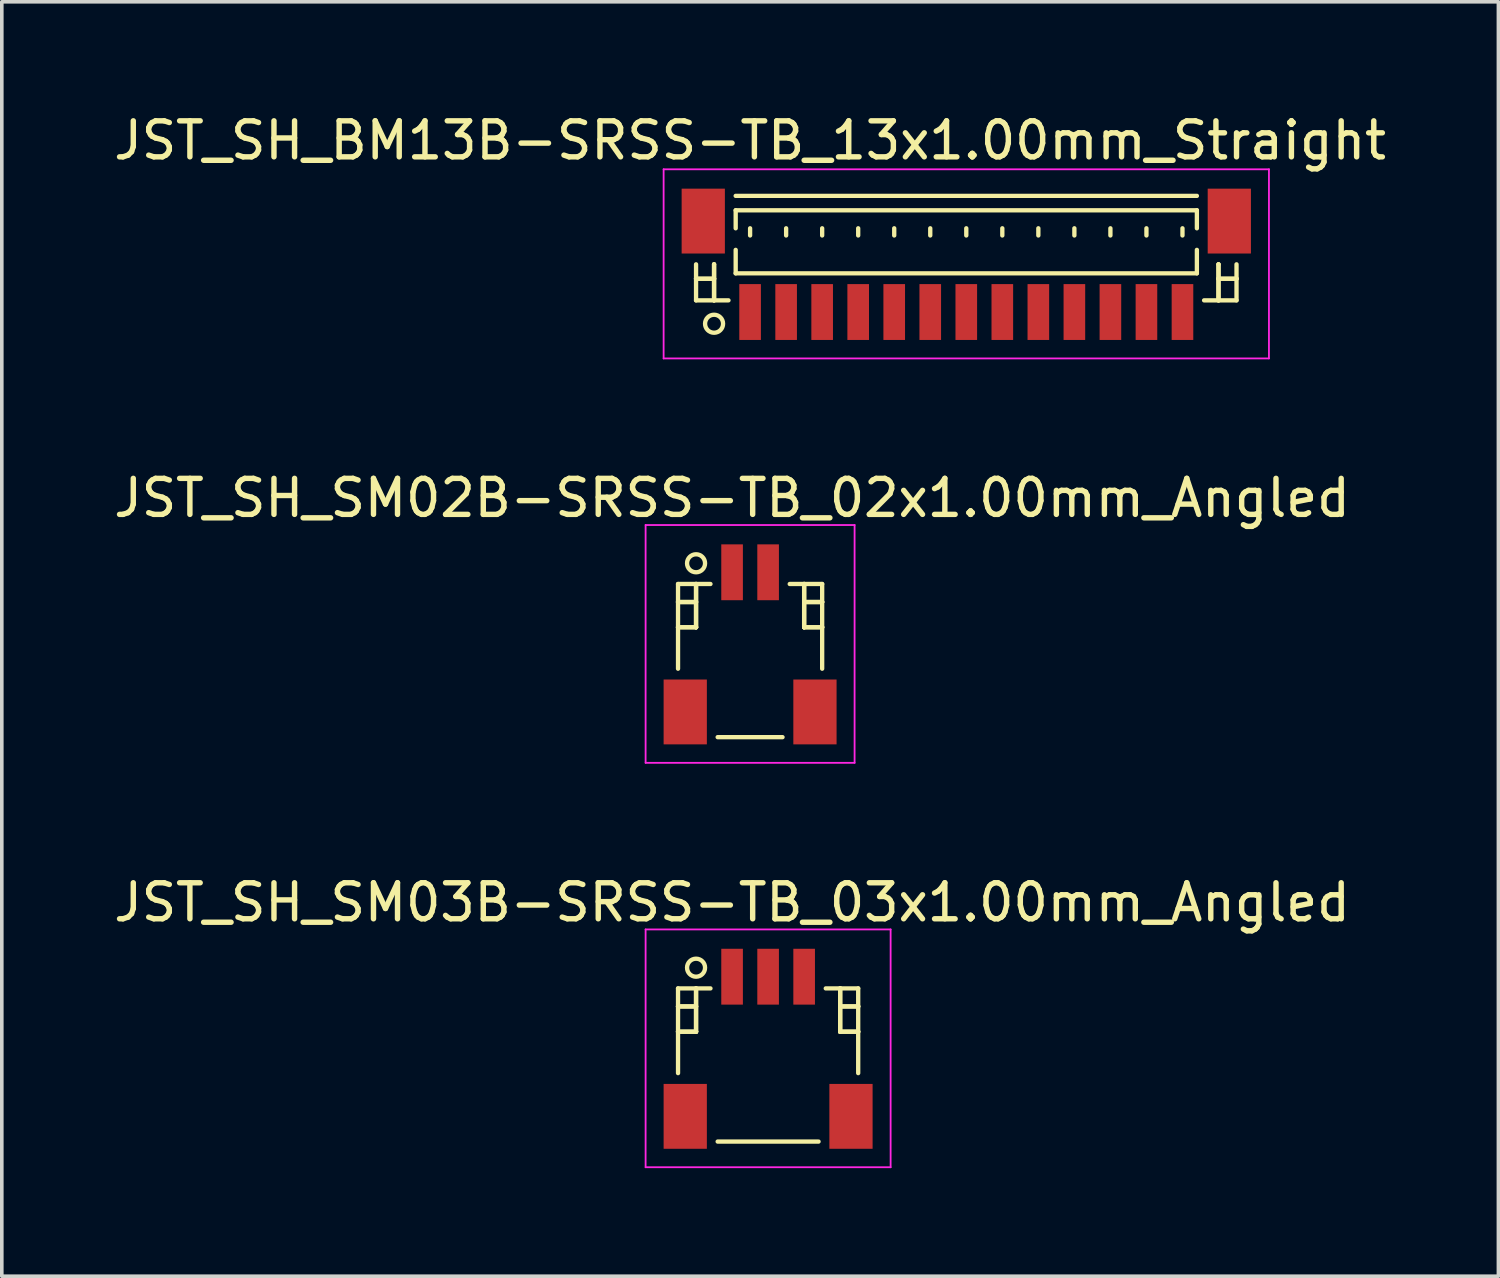
<source format=kicad_pcb>
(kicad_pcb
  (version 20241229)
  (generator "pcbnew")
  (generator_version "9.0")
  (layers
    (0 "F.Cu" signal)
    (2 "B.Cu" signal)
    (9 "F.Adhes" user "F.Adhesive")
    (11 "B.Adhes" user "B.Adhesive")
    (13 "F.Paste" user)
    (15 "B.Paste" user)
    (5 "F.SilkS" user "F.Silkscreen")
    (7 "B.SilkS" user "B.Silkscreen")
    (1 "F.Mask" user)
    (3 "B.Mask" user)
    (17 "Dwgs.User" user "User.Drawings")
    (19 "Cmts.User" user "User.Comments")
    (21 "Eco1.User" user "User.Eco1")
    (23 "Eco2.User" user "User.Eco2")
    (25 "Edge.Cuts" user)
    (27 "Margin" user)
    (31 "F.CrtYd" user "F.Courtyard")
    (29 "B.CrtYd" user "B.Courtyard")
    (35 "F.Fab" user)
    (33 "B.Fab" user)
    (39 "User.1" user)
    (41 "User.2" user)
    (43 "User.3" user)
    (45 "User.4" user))
  (footprint "JST_SH_SM03B-SRSS-TB_03x1.00mm_Angled"
    (layer "F.Cu")
    (at 18.268 25.995)
    (property "Reference" "JST_SH_SM03B-SRSS-TB_03x1.00mm_Angled" (at -1 -4 0) (layer "F.SilkS") (effects (font (size 1 1) (thickness 0.15))))
    (attr smd)
    (fp_line (start -2.5 -1.613) (end -1.6 -1.613) (stroke (width 0.12) (type solid)) (layer "F.SilkS"))
    (fp_line (start -2.5 -1.113) (end -2.5 -1.113) (stroke (width 0.12) (type solid)) (layer "F.SilkS"))
    (fp_line (start -2.5 -1.113) (end -2 -1.113) (stroke (width 0.12) (type solid)) (layer "F.SilkS"))
    (fp_line (start -2.5 -0.412) (end -2.5 -0.412) (stroke (width 0.12) (type solid)) (layer "F.SilkS"))
    (fp_line (start -2.5 -0.412) (end -2 -0.412) (stroke (width 0.12) (type solid)) (layer "F.SilkS"))
    (fp_line (start -2.5 0.738) (end -2.5 -1.613) (stroke (width 0.12) (type solid)) (layer "F.SilkS"))
    (fp_line (start -2 -1.613) (end -2 -1.613) (stroke (width 0.12) (type solid)) (layer "F.SilkS"))
    (fp_line (start -2 -1.613) (end -2 -0.412) (stroke (width 0.12) (type solid)) (layer "F.SilkS"))
    (fp_line (start -2 -1.113) (end -2.5 -1.113) (stroke (width 0.12) (type solid)) (layer "F.SilkS"))
    (fp_line (start -2 -1.113) (end -2 -1.113) (stroke (width 0.12) (type solid)) (layer "F.SilkS"))
    (fp_line (start -2 -0.412) (end -2.5 -0.412) (stroke (width 0.12) (type solid)) (layer "F.SilkS"))
    (fp_line (start -2 -0.412) (end -2 -1.613) (stroke (width 0.12) (type solid)) (layer "F.SilkS"))
    (fp_line (start -2 -0.412) (end -2 -0.412) (stroke (width 0.12) (type solid)) (layer "F.SilkS"))
    (fp_line (start -2 -0.412) (end -2 -0.412) (stroke (width 0.12) (type solid)) (layer "F.SilkS"))
    (fp_line (start -1.4 2.638) (end 1.4 2.638) (stroke (width 0.12) (type solid)) (layer "F.SilkS"))
    (fp_line (start 2 -1.613) (end 2 -1.613) (stroke (width 0.12) (type solid)) (layer "F.SilkS"))
    (fp_line (start 2 -1.613) (end 2 -0.412) (stroke (width 0.12) (type solid)) (layer "F.SilkS"))
    (fp_line (start 2 -1.113) (end 2 -1.113) (stroke (width 0.12) (type solid)) (layer "F.SilkS"))
    (fp_line (start 2 -1.113) (end 2.5 -1.113) (stroke (width 0.12) (type solid)) (layer "F.SilkS"))
    (fp_line (start 2 -0.412) (end 2 -1.613) (stroke (width 0.12) (type solid)) (layer "F.SilkS"))
    (fp_line (start 2 -0.412) (end 2 -0.412) (stroke (width 0.12) (type solid)) (layer "F.SilkS"))
    (fp_line (start 2 -0.412) (end 2 -0.412) (stroke (width 0.12) (type solid)) (layer "F.SilkS"))
    (fp_line (start 2 -0.412) (end 2.5 -0.412) (stroke (width 0.12) (type solid)) (layer "F.SilkS"))
    (fp_line (start 2.5 -1.613) (end 1.6 -1.613) (stroke (width 0.12) (type solid)) (layer "F.SilkS"))
    (fp_line (start 2.5 -1.113) (end 2 -1.113) (stroke (width 0.12) (type solid)) (layer "F.SilkS"))
    (fp_line (start 2.5 -1.113) (end 2.5 -1.113) (stroke (width 0.12) (type solid)) (layer "F.SilkS"))
    (fp_line (start 2.5 -0.412) (end 2 -0.412) (stroke (width 0.12) (type solid)) (layer "F.SilkS"))
    (fp_line (start 2.5 -0.412) (end 2.5 -0.412) (stroke (width 0.12) (type solid)) (layer "F.SilkS"))
    (fp_line (start 2.5 0.738) (end 2.5 -1.613) (stroke (width 0.12) (type solid)) (layer "F.SilkS"))
    (fp_circle (center -2 -2.188) (end -1.75 -2.188) (stroke (width 0.12) (type solid)) (fill no) (layer "F.SilkS"))
    (fp_line (start -3.4 -3.25) (end 3.4 -3.25) (stroke (width 0.05) (type solid)) (layer "F.CrtYd"))
    (fp_line (start -3.4 3.35) (end -3.4 -3.25) (stroke (width 0.05) (type solid)) (layer "F.CrtYd"))
    (fp_line (start 3.4 -3.25) (end 3.4 3.35) (stroke (width 0.05) (type solid)) (layer "F.CrtYd"))
    (fp_line (start 3.4 3.35) (end -3.4 3.35) (stroke (width 0.05) (type solid)) (layer "F.CrtYd"))
    (pad "" smd rect (at -2.3 1.938) (size 1.2 1.8) (layers "F.Cu" "F.Mask" "F.Paste"))
    (pad "" smd rect (at 2.3 1.938) (size 1.2 1.8) (layers "F.Cu" "F.Mask" "F.Paste"))
    (pad "1" smd rect (at -1 -1.938) (size 0.6 1.55) (layers "F.Cu" "F.Mask" "F.Paste"))
    (pad "2" smd rect (at 0 -1.938) (size 0.6 1.55) (layers "F.Cu" "F.Mask" "F.Paste"))
    (pad "3" smd rect (at 1 -1.938) (size 0.6 1.55) (layers "F.Cu" "F.Mask" "F.Paste")))
  (footprint "JST_SH_BM13B-SRSS-TB_13x1.00mm_Straight"
    (layer "F.Cu")
    (at 23.768 4.348)
    (property "Reference" "JST_SH_BM13B-SRSS-TB_13x1.00mm_Straight" (at -6 -3.5 0) (layer "F.SilkS") (effects (font (size 1 1) (thickness 0.15))))
    (attr smd)
    (fp_line (start -7.5 -0.062) (end -7.5 0.938) (stroke (width 0.12) (type solid)) (layer "F.SilkS"))
    (fp_line (start -7.5 0.338) (end -7.5 0.338) (stroke (width 0.12) (type solid)) (layer "F.SilkS"))
    (fp_line (start -7.5 0.338) (end -7 0.338) (stroke (width 0.12) (type solid)) (layer "F.SilkS"))
    (fp_line (start -7.5 0.938) (end -6.6 0.938) (stroke (width 0.12) (type solid)) (layer "F.SilkS"))
    (fp_line (start -7 -0.062) (end -7 -0.062) (stroke (width 0.12) (type solid)) (layer "F.SilkS"))
    (fp_line (start -7 -0.062) (end -7 0.938) (stroke (width 0.12) (type solid)) (layer "F.SilkS"))
    (fp_line (start -7 0.338) (end -7.5 0.338) (stroke (width 0.12) (type solid)) (layer "F.SilkS"))
    (fp_line (start -7 0.338) (end -7 0.338) (stroke (width 0.12) (type solid)) (layer "F.SilkS"))
    (fp_line (start -7 0.938) (end -7 -0.062) (stroke (width 0.12) (type solid)) (layer "F.SilkS"))
    (fp_line (start -7 0.938) (end -7 0.938) (stroke (width 0.12) (type solid)) (layer "F.SilkS"))
    (fp_line (start -6.4 -1.962) (end 6.4 -1.962) (stroke (width 0.12) (type solid)) (layer "F.SilkS"))
    (fp_line (start -6.4 -1.562) (end 6.4 -1.562) (stroke (width 0.12) (type solid)) (layer "F.SilkS"))
    (fp_line (start -6.4 -1.062) (end -6.4 -1.562) (stroke (width 0.12) (type solid)) (layer "F.SilkS"))
    (fp_line (start -6.4 -0.463) (end -6.4 0.188) (stroke (width 0.12) (type solid)) (layer "F.SilkS"))
    (fp_line (start -6.4 0.188) (end 6.4 0.188) (stroke (width 0.12) (type solid)) (layer "F.SilkS"))
    (fp_line (start -6 -1.062) (end -6 -0.863) (stroke (width 0.12) (type solid)) (layer "F.SilkS"))
    (fp_line (start -5 -1.062) (end -5 -0.863) (stroke (width 0.12) (type solid)) (layer "F.SilkS"))
    (fp_line (start -4 -1.062) (end -4 -0.863) (stroke (width 0.12) (type solid)) (layer "F.SilkS"))
    (fp_line (start -3 -1.062) (end -3 -0.863) (stroke (width 0.12) (type solid)) (layer "F.SilkS"))
    (fp_line (start -2 -1.062) (end -2 -0.863) (stroke (width 0.12) (type solid)) (layer "F.SilkS"))
    (fp_line (start -1 -1.062) (end -1 -0.863) (stroke (width 0.12) (type solid)) (layer "F.SilkS"))
    (fp_line (start 0 -1.062) (end 0 -0.863) (stroke (width 0.12) (type solid)) (layer "F.SilkS"))
    (fp_line (start 1 -1.062) (end 1 -0.863) (stroke (width 0.12) (type solid)) (layer "F.SilkS"))
    (fp_line (start 2 -1.062) (end 2 -0.863) (stroke (width 0.12) (type solid)) (layer "F.SilkS"))
    (fp_line (start 3 -1.062) (end 3 -0.863) (stroke (width 0.12) (type solid)) (layer "F.SilkS"))
    (fp_line (start 4 -1.062) (end 4 -0.863) (stroke (width 0.12) (type solid)) (layer "F.SilkS"))
    (fp_line (start 5 -1.062) (end 5 -0.863) (stroke (width 0.12) (type solid)) (layer "F.SilkS"))
    (fp_line (start 6 -1.062) (end 6 -0.863) (stroke (width 0.12) (type solid)) (layer "F.SilkS"))
    (fp_line (start 6.4 -1.562) (end 6.4 -1.062) (stroke (width 0.12) (type solid)) (layer "F.SilkS"))
    (fp_line (start 6.4 0.188) (end 6.4 -0.463) (stroke (width 0.12) (type solid)) (layer "F.SilkS"))
    (fp_line (start 7 -0.062) (end 7 -0.062) (stroke (width 0.12) (type solid)) (layer "F.SilkS"))
    (fp_line (start 7 -0.062) (end 7 0.938) (stroke (width 0.12) (type solid)) (layer "F.SilkS"))
    (fp_line (start 7 0.338) (end 7 0.338) (stroke (width 0.12) (type solid)) (layer "F.SilkS"))
    (fp_line (start 7 0.338) (end 7.5 0.338) (stroke (width 0.12) (type solid)) (layer "F.SilkS"))
    (fp_line (start 7 0.938) (end 7 -0.062) (stroke (width 0.12) (type solid)) (layer "F.SilkS"))
    (fp_line (start 7 0.938) (end 7 0.938) (stroke (width 0.12) (type solid)) (layer "F.SilkS"))
    (fp_line (start 7.5 -0.062) (end 7.5 0.938) (stroke (width 0.12) (type solid)) (layer "F.SilkS"))
    (fp_line (start 7.5 0.338) (end 7 0.338) (stroke (width 0.12) (type solid)) (layer "F.SilkS"))
    (fp_line (start 7.5 0.338) (end 7.5 0.338) (stroke (width 0.12) (type solid)) (layer "F.SilkS"))
    (fp_line (start 7.5 0.938) (end 6.6 0.938) (stroke (width 0.12) (type solid)) (layer "F.SilkS"))
    (fp_circle (center -7 1.587) (end -6.75 1.587) (stroke (width 0.12) (type solid)) (fill no) (layer "F.SilkS"))
    (fp_line (start -8.4 -2.7) (end 8.4 -2.7) (stroke (width 0.05) (type solid)) (layer "F.CrtYd"))
    (fp_line (start -8.4 2.55) (end -8.4 -2.7) (stroke (width 0.05) (type solid)) (layer "F.CrtYd"))
    (fp_line (start 8.4 -2.7) (end 8.4 2.55) (stroke (width 0.05) (type solid)) (layer "F.CrtYd"))
    (fp_line (start 8.4 2.55) (end -8.4 2.55) (stroke (width 0.05) (type solid)) (layer "F.CrtYd"))
    (pad "" smd rect (at -7.3 -1.262) (size 1.2 1.8) (layers "F.Cu" "F.Mask" "F.Paste"))
    (pad "" smd rect (at 7.3 -1.262) (size 1.2 1.8) (layers "F.Cu" "F.Mask" "F.Paste"))
    (pad "1" smd rect (at -6 1.262) (size 0.6 1.55) (layers "F.Cu" "F.Mask" "F.Paste"))
    (pad "2" smd rect (at -5 1.262) (size 0.6 1.55) (layers "F.Cu" "F.Mask" "F.Paste"))
    (pad "3" smd rect (at -4 1.262) (size 0.6 1.55) (layers "F.Cu" "F.Mask" "F.Paste"))
    (pad "4" smd rect (at -3 1.262) (size 0.6 1.55) (layers "F.Cu" "F.Mask" "F.Paste"))
    (pad "5" smd rect (at -2 1.262) (size 0.6 1.55) (layers "F.Cu" "F.Mask" "F.Paste"))
    (pad "6" smd rect (at -1 1.262) (size 0.6 1.55) (layers "F.Cu" "F.Mask" "F.Paste"))
    (pad "7" smd rect (at 0 1.262) (size 0.6 1.55) (layers "F.Cu" "F.Mask" "F.Paste"))
    (pad "8" smd rect (at 1 1.262) (size 0.6 1.55) (layers "F.Cu" "F.Mask" "F.Paste"))
    (pad "9" smd rect (at 2 1.262) (size 0.6 1.55) (layers "F.Cu" "F.Mask" "F.Paste"))
    (pad "10" smd rect (at 3 1.262) (size 0.6 1.55) (layers "F.Cu" "F.Mask" "F.Paste"))
    (pad "11" smd rect (at 4 1.262) (size 0.6 1.55) (layers "F.Cu" "F.Mask" "F.Paste"))
    (pad "12" smd rect (at 5 1.262) (size 0.6 1.55) (layers "F.Cu" "F.Mask" "F.Paste"))
    (pad "13" smd rect (at 6 1.262) (size 0.6 1.55) (layers "F.Cu" "F.Mask" "F.Paste")))
  (footprint "JST_SH_SM02B-SRSS-TB_02x1.00mm_Angled"
    (layer "F.Cu")
    (at 17.768 14.771)
    (property "Reference" "JST_SH_SM02B-SRSS-TB_02x1.00mm_Angled" (at -0.5 -4 0) (layer "F.SilkS") (effects (font (size 1 1) (thickness 0.15))))
    (attr smd)
    (fp_line (start -2 -1.613) (end -1.1 -1.613) (stroke (width 0.12) (type solid)) (layer "F.SilkS"))
    (fp_line (start -2 -1.113) (end -2 -1.113) (stroke (width 0.12) (type solid)) (layer "F.SilkS"))
    (fp_line (start -2 -1.113) (end -1.5 -1.113) (stroke (width 0.12) (type solid)) (layer "F.SilkS"))
    (fp_line (start -2 -0.412) (end -2 -0.412) (stroke (width 0.12) (type solid)) (layer "F.SilkS"))
    (fp_line (start -2 -0.412) (end -1.5 -0.412) (stroke (width 0.12) (type solid)) (layer "F.SilkS"))
    (fp_line (start -2 0.738) (end -2 -1.613) (stroke (width 0.12) (type solid)) (layer "F.SilkS"))
    (fp_line (start -1.5 -1.613) (end -1.5 -1.613) (stroke (width 0.12) (type solid)) (layer "F.SilkS"))
    (fp_line (start -1.5 -1.613) (end -1.5 -0.412) (stroke (width 0.12) (type solid)) (layer "F.SilkS"))
    (fp_line (start -1.5 -1.113) (end -2 -1.113) (stroke (width 0.12) (type solid)) (layer "F.SilkS"))
    (fp_line (start -1.5 -1.113) (end -1.5 -1.113) (stroke (width 0.12) (type solid)) (layer "F.SilkS"))
    (fp_line (start -1.5 -0.412) (end -2 -0.412) (stroke (width 0.12) (type solid)) (layer "F.SilkS"))
    (fp_line (start -1.5 -0.412) (end -1.5 -1.613) (stroke (width 0.12) (type solid)) (layer "F.SilkS"))
    (fp_line (start -1.5 -0.412) (end -1.5 -0.412) (stroke (width 0.12) (type solid)) (layer "F.SilkS"))
    (fp_line (start -1.5 -0.412) (end -1.5 -0.412) (stroke (width 0.12) (type solid)) (layer "F.SilkS"))
    (fp_line (start -0.9 2.638) (end 0.9 2.638) (stroke (width 0.12) (type solid)) (layer "F.SilkS"))
    (fp_line (start 1.5 -1.613) (end 1.5 -1.613) (stroke (width 0.12) (type solid)) (layer "F.SilkS"))
    (fp_line (start 1.5 -1.613) (end 1.5 -0.412) (stroke (width 0.12) (type solid)) (layer "F.SilkS"))
    (fp_line (start 1.5 -1.113) (end 1.5 -1.113) (stroke (width 0.12) (type solid)) (layer "F.SilkS"))
    (fp_line (start 1.5 -1.113) (end 2 -1.113) (stroke (width 0.12) (type solid)) (layer "F.SilkS"))
    (fp_line (start 1.5 -0.412) (end 1.5 -1.613) (stroke (width 0.12) (type solid)) (layer "F.SilkS"))
    (fp_line (start 1.5 -0.412) (end 1.5 -0.412) (stroke (width 0.12) (type solid)) (layer "F.SilkS"))
    (fp_line (start 1.5 -0.412) (end 1.5 -0.412) (stroke (width 0.12) (type solid)) (layer "F.SilkS"))
    (fp_line (start 1.5 -0.412) (end 2 -0.412) (stroke (width 0.12) (type solid)) (layer "F.SilkS"))
    (fp_line (start 2 -1.613) (end 1.1 -1.613) (stroke (width 0.12) (type solid)) (layer "F.SilkS"))
    (fp_line (start 2 -1.113) (end 1.5 -1.113) (stroke (width 0.12) (type solid)) (layer "F.SilkS"))
    (fp_line (start 2 -1.113) (end 2 -1.113) (stroke (width 0.12) (type solid)) (layer "F.SilkS"))
    (fp_line (start 2 -0.412) (end 1.5 -0.412) (stroke (width 0.12) (type solid)) (layer "F.SilkS"))
    (fp_line (start 2 -0.412) (end 2 -0.412) (stroke (width 0.12) (type solid)) (layer "F.SilkS"))
    (fp_line (start 2 0.738) (end 2 -1.613) (stroke (width 0.12) (type solid)) (layer "F.SilkS"))
    (fp_circle (center -1.5 -2.188) (end -1.25 -2.188) (stroke (width 0.12) (type solid)) (fill no) (layer "F.SilkS"))
    (fp_line (start -2.9 -3.25) (end 2.9 -3.25) (stroke (width 0.05) (type solid)) (layer "F.CrtYd"))
    (fp_line (start -2.9 3.35) (end -2.9 -3.25) (stroke (width 0.05) (type solid)) (layer "F.CrtYd"))
    (fp_line (start 2.9 -3.25) (end 2.9 3.35) (stroke (width 0.05) (type solid)) (layer "F.CrtYd"))
    (fp_line (start 2.9 3.35) (end -2.9 3.35) (stroke (width 0.05) (type solid)) (layer "F.CrtYd"))
    (pad "" smd rect (at -1.8 1.938) (size 1.2 1.8) (layers "F.Cu" "F.Mask" "F.Paste"))
    (pad "" smd rect (at 1.8 1.938) (size 1.2 1.8) (layers "F.Cu" "F.Mask" "F.Paste"))
    (pad "1" smd rect (at -0.5 -1.938) (size 0.6 1.55) (layers "F.Cu" "F.Mask" "F.Paste"))
    (pad "2" smd rect (at 0.5 -1.938) (size 0.6 1.55) (layers "F.Cu" "F.Mask" "F.Paste")))
  (gr_rect
    (start -3 -3)
    (end 38.536 32.37)
    (stroke (width 0.1) (type default))
    (fill no)
    (layer "Edge.Cuts")))
</source>
